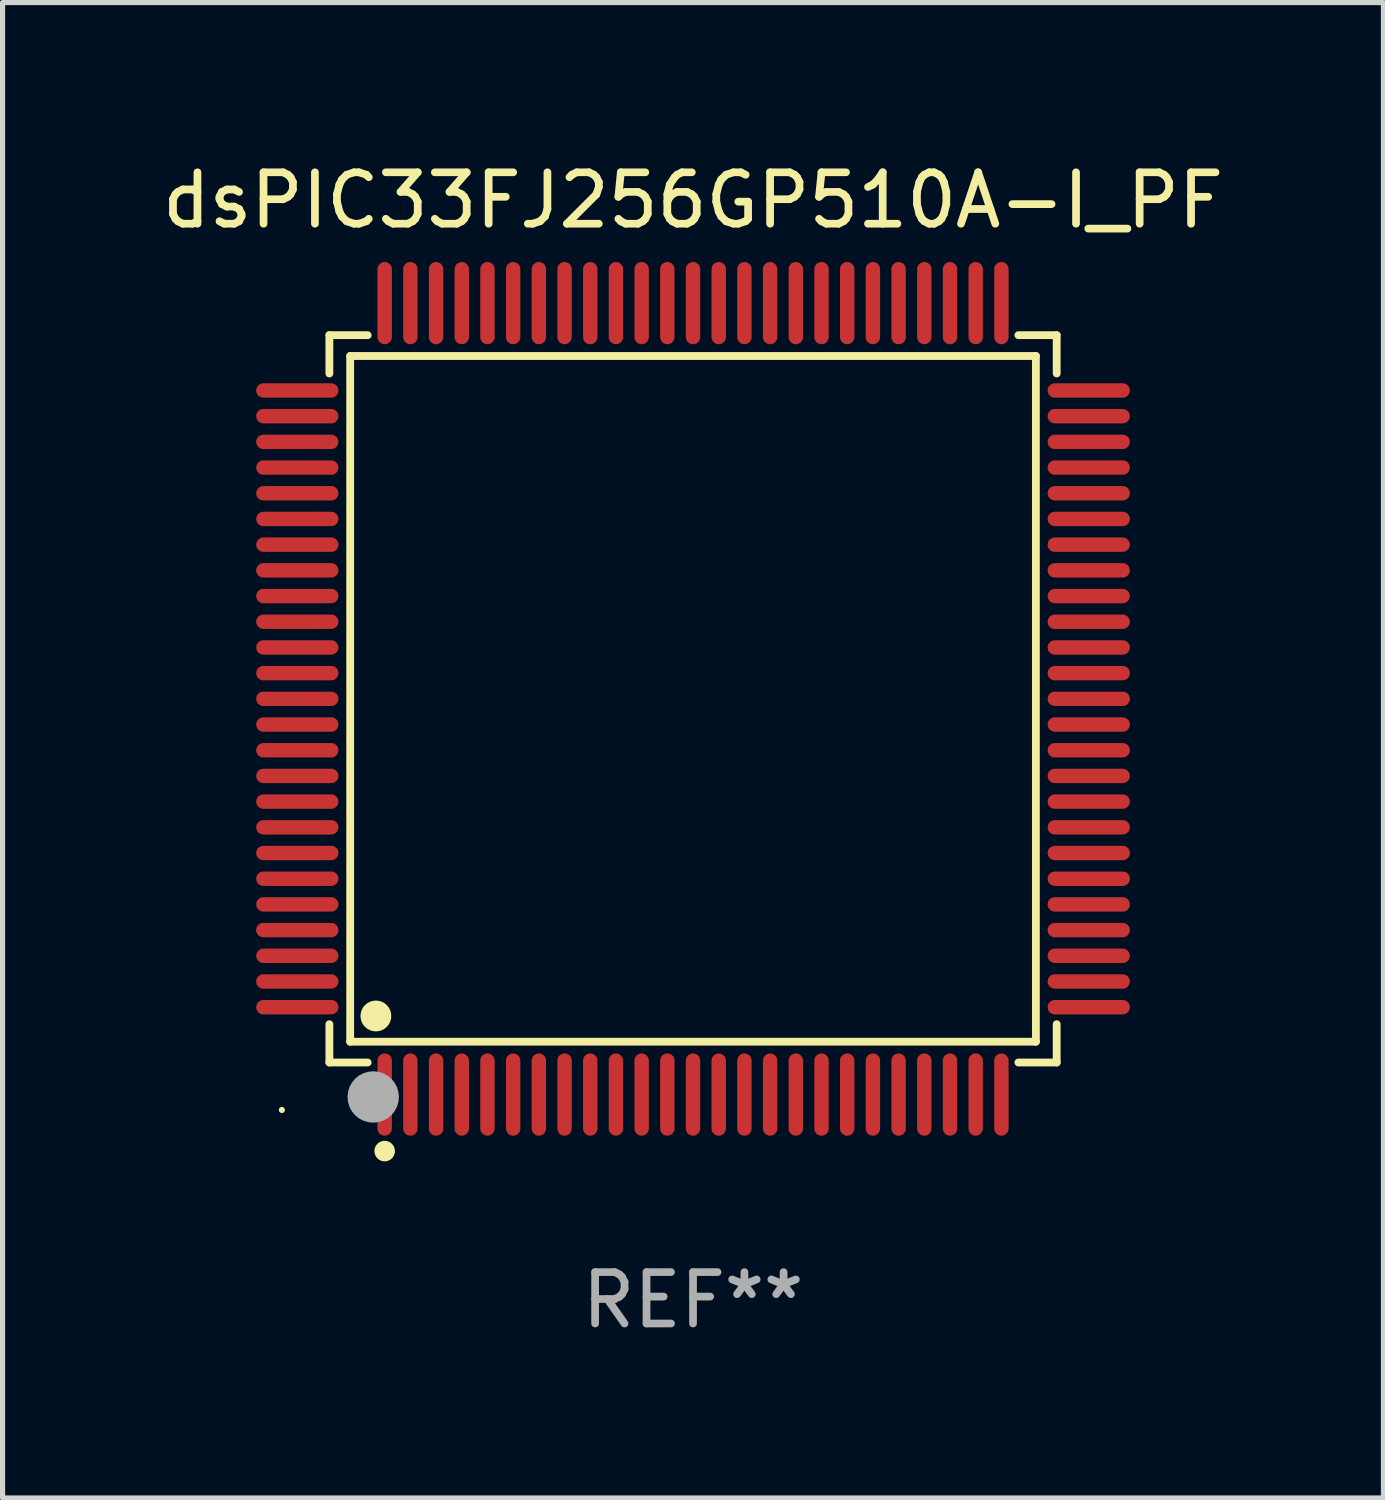
<source format=kicad_pcb>
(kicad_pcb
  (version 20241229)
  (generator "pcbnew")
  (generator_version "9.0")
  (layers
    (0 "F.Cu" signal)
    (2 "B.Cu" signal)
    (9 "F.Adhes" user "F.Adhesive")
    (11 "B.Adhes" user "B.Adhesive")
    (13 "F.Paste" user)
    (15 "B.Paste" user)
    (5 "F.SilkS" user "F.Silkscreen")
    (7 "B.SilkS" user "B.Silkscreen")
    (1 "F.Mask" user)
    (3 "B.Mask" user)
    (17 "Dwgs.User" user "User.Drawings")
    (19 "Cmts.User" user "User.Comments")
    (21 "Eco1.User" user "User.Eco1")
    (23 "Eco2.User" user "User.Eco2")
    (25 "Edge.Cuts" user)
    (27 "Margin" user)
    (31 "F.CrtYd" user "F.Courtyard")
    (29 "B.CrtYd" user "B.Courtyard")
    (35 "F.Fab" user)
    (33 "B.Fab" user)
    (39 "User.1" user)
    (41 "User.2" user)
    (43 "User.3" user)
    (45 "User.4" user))
  (footprint "dsPIC33FJ256GP510A-I_PF"
    (layer "F.Cu")
    (at 10.435 10.548)
    (property "Reference" "dsPIC33FJ256GP510A-I_PF" (at 0 -9.7 0) (layer "F.SilkS") (effects (font (size 1 1) (thickness 0.15))))
    (attr through_hole)
    (fp_line (start -7.076 -7.076) (end -6.331 -7.076) (stroke (width 0.152) (type solid)) (layer "F.SilkS"))
    (fp_line (start -7.076 -6.331) (end -7.076 -7.076) (stroke (width 0.152) (type solid)) (layer "F.SilkS"))
    (fp_line (start -7.076 6.331) (end -7.076 7.076) (stroke (width 0.152) (type solid)) (layer "F.SilkS"))
    (fp_line (start -7.076 7.076) (end -6.331 7.076) (stroke (width 0.152) (type solid)) (layer "F.SilkS"))
    (fp_line (start -6.671 -6.671) (end 6.671 -6.671) (stroke (width 0.152) (type solid)) (layer "F.SilkS"))
    (fp_line (start -6.671 6.671) (end -6.671 -6.671) (stroke (width 0.152) (type solid)) (layer "F.SilkS"))
    (fp_line (start 6.671 -6.671) (end 6.671 6.671) (stroke (width 0.152) (type solid)) (layer "F.SilkS"))
    (fp_line (start 6.671 6.671) (end -6.671 6.671) (stroke (width 0.152) (type solid)) (layer "F.SilkS"))
    (fp_line (start 7.076 -7.076) (end 6.331 -7.076) (stroke (width 0.152) (type solid)) (layer "F.SilkS"))
    (fp_line (start 7.076 -6.331) (end 7.076 -7.076) (stroke (width 0.152) (type solid)) (layer "F.SilkS"))
    (fp_line (start 7.076 6.331) (end 7.076 7.076) (stroke (width 0.152) (type solid)) (layer "F.SilkS"))
    (fp_line (start 7.076 7.076) (end 6.331 7.076) (stroke (width 0.152) (type solid)) (layer "F.SilkS"))
    (fp_circle (center -8 8) (end -7.97 8) (stroke (width 0.06) (type solid)) (fill no) (layer "F.SilkS"))
    (fp_circle (center -6.171 6.171) (end -6.021 6.171) (stroke (width 0.3) (type solid)) (fill no) (layer "F.SilkS"))
    (fp_circle (center -6 8.8) (end -5.9 8.8) (stroke (width 0.2) (type solid)) (fill no) (layer "F.SilkS"))
    (fp_circle (center -6.223 7.747) (end -5.973 7.747) (stroke (width 0.5) (type solid)) (fill no) (layer "F.Fab"))
    (fp_text user "REF**" (at 0 11.7 0) (layer "F.Fab") (effects (font (size 1 1) (thickness 0.15))))
    (pad "1" smd oval (at -6 7.7) (size 0.28 1.6) (layers "F.Cu" "F.Mask" "F.Paste"))
    (pad "2" smd oval (at -5.5 7.7) (size 0.28 1.6) (layers "F.Cu" "F.Mask" "F.Paste"))
    (pad "3" smd oval (at -5 7.7) (size 0.28 1.6) (layers "F.Cu" "F.Mask" "F.Paste"))
    (pad "4" smd oval (at -4.5 7.7) (size 0.28 1.6) (layers "F.Cu" "F.Mask" "F.Paste"))
    (pad "5" smd oval (at -4 7.7) (size 0.28 1.6) (layers "F.Cu" "F.Mask" "F.Paste"))
    (pad "6" smd oval (at -3.5 7.7) (size 0.28 1.6) (layers "F.Cu" "F.Mask" "F.Paste"))
    (pad "7" smd oval (at -3 7.7) (size 0.28 1.6) (layers "F.Cu" "F.Mask" "F.Paste"))
    (pad "8" smd oval (at -2.5 7.7) (size 0.28 1.6) (layers "F.Cu" "F.Mask" "F.Paste"))
    (pad "9" smd oval (at -2 7.7) (size 0.28 1.6) (layers "F.Cu" "F.Mask" "F.Paste"))
    (pad "10" smd oval (at -1.5 7.7) (size 0.28 1.6) (layers "F.Cu" "F.Mask" "F.Paste"))
    (pad "11" smd oval (at -1 7.7) (size 0.28 1.6) (layers "F.Cu" "F.Mask" "F.Paste"))
    (pad "12" smd oval (at -0.5 7.7) (size 0.28 1.6) (layers "F.Cu" "F.Mask" "F.Paste"))
    (pad "13" smd oval (at 0 7.7) (size 0.28 1.6) (layers "F.Cu" "F.Mask" "F.Paste"))
    (pad "14" smd oval (at 0.5 7.7) (size 0.28 1.6) (layers "F.Cu" "F.Mask" "F.Paste"))
    (pad "15" smd oval (at 1 7.7) (size 0.28 1.6) (layers "F.Cu" "F.Mask" "F.Paste"))
    (pad "16" smd oval (at 1.5 7.7) (size 0.28 1.6) (layers "F.Cu" "F.Mask" "F.Paste"))
    (pad "17" smd oval (at 2 7.7) (size 0.28 1.6) (layers "F.Cu" "F.Mask" "F.Paste"))
    (pad "18" smd oval (at 2.5 7.7) (size 0.28 1.6) (layers "F.Cu" "F.Mask" "F.Paste"))
    (pad "19" smd oval (at 3 7.7) (size 0.28 1.6) (layers "F.Cu" "F.Mask" "F.Paste"))
    (pad "20" smd oval (at 3.5 7.7) (size 0.28 1.6) (layers "F.Cu" "F.Mask" "F.Paste"))
    (pad "21" smd oval (at 4 7.7) (size 0.28 1.6) (layers "F.Cu" "F.Mask" "F.Paste"))
    (pad "22" smd oval (at 4.5 7.7) (size 0.28 1.6) (layers "F.Cu" "F.Mask" "F.Paste"))
    (pad "23" smd oval (at 5 7.7) (size 0.28 1.6) (layers "F.Cu" "F.Mask" "F.Paste"))
    (pad "24" smd oval (at 5.5 7.7) (size 0.28 1.6) (layers "F.Cu" "F.Mask" "F.Paste"))
    (pad "25" smd oval (at 6 7.7) (size 0.28 1.6) (layers "F.Cu" "F.Mask" "F.Paste"))
    (pad "26" smd oval (at 7.7 6) (size 1.6 0.28) (layers "F.Cu" "F.Mask" "F.Paste"))
    (pad "27" smd oval (at 7.7 5.5) (size 1.6 0.28) (layers "F.Cu" "F.Mask" "F.Paste"))
    (pad "28" smd oval (at 7.7 5) (size 1.6 0.28) (layers "F.Cu" "F.Mask" "F.Paste"))
    (pad "29" smd oval (at 7.7 4.5) (size 1.6 0.28) (layers "F.Cu" "F.Mask" "F.Paste"))
    (pad "30" smd oval (at 7.7 4) (size 1.6 0.28) (layers "F.Cu" "F.Mask" "F.Paste"))
    (pad "31" smd oval (at 7.7 3.5) (size 1.6 0.28) (layers "F.Cu" "F.Mask" "F.Paste"))
    (pad "32" smd oval (at 7.7 3) (size 1.6 0.28) (layers "F.Cu" "F.Mask" "F.Paste"))
    (pad "33" smd oval (at 7.7 2.5) (size 1.6 0.28) (layers "F.Cu" "F.Mask" "F.Paste"))
    (pad "34" smd oval (at 7.7 2) (size 1.6 0.28) (layers "F.Cu" "F.Mask" "F.Paste"))
    (pad "35" smd oval (at 7.7 1.5) (size 1.6 0.28) (layers "F.Cu" "F.Mask" "F.Paste"))
    (pad "36" smd oval (at 7.7 1) (size 1.6 0.28) (layers "F.Cu" "F.Mask" "F.Paste"))
    (pad "37" smd oval (at 7.7 0.5) (size 1.6 0.28) (layers "F.Cu" "F.Mask" "F.Paste"))
    (pad "38" smd oval (at 7.7 0) (size 1.6 0.28) (layers "F.Cu" "F.Mask" "F.Paste"))
    (pad "39" smd oval (at 7.7 -0.5) (size 1.6 0.28) (layers "F.Cu" "F.Mask" "F.Paste"))
    (pad "40" smd oval (at 7.7 -1) (size 1.6 0.28) (layers "F.Cu" "F.Mask" "F.Paste"))
    (pad "41" smd oval (at 7.7 -1.5) (size 1.6 0.28) (layers "F.Cu" "F.Mask" "F.Paste"))
    (pad "42" smd oval (at 7.7 -2) (size 1.6 0.28) (layers "F.Cu" "F.Mask" "F.Paste"))
    (pad "43" smd oval (at 7.7 -2.5) (size 1.6 0.28) (layers "F.Cu" "F.Mask" "F.Paste"))
    (pad "44" smd oval (at 7.7 -3) (size 1.6 0.28) (layers "F.Cu" "F.Mask" "F.Paste"))
    (pad "45" smd oval (at 7.7 -3.5) (size 1.6 0.28) (layers "F.Cu" "F.Mask" "F.Paste"))
    (pad "46" smd oval (at 7.7 -4) (size 1.6 0.28) (layers "F.Cu" "F.Mask" "F.Paste"))
    (pad "47" smd oval (at 7.7 -4.5) (size 1.6 0.28) (layers "F.Cu" "F.Mask" "F.Paste"))
    (pad "48" smd oval (at 7.7 -5) (size 1.6 0.28) (layers "F.Cu" "F.Mask" "F.Paste"))
    (pad "49" smd oval (at 7.7 -5.5) (size 1.6 0.28) (layers "F.Cu" "F.Mask" "F.Paste"))
    (pad "50" smd oval (at 7.7 -6) (size 1.6 0.28) (layers "F.Cu" "F.Mask" "F.Paste"))
    (pad "51" smd oval (at 6 -7.7) (size 0.28 1.6) (layers "F.Cu" "F.Mask" "F.Paste"))
    (pad "52" smd oval (at 5.5 -7.7) (size 0.28 1.6) (layers "F.Cu" "F.Mask" "F.Paste"))
    (pad "53" smd oval (at 5 -7.7) (size 0.28 1.6) (layers "F.Cu" "F.Mask" "F.Paste"))
    (pad "54" smd oval (at 4.5 -7.7) (size 0.28 1.6) (layers "F.Cu" "F.Mask" "F.Paste"))
    (pad "55" smd oval (at 4 -7.7) (size 0.28 1.6) (layers "F.Cu" "F.Mask" "F.Paste"))
    (pad "56" smd oval (at 3.5 -7.7) (size 0.28 1.6) (layers "F.Cu" "F.Mask" "F.Paste"))
    (pad "57" smd oval (at 3 -7.7) (size 0.28 1.6) (layers "F.Cu" "F.Mask" "F.Paste"))
    (pad "58" smd oval (at 2.5 -7.7) (size 0.28 1.6) (layers "F.Cu" "F.Mask" "F.Paste"))
    (pad "59" smd oval (at 2 -7.7) (size 0.28 1.6) (layers "F.Cu" "F.Mask" "F.Paste"))
    (pad "60" smd oval (at 1.5 -7.7) (size 0.28 1.6) (layers "F.Cu" "F.Mask" "F.Paste"))
    (pad "61" smd oval (at 1 -7.7) (size 0.28 1.6) (layers "F.Cu" "F.Mask" "F.Paste"))
    (pad "62" smd oval (at 0.5 -7.7) (size 0.28 1.6) (layers "F.Cu" "F.Mask" "F.Paste"))
    (pad "63" smd oval (at 0 -7.7) (size 0.28 1.6) (layers "F.Cu" "F.Mask" "F.Paste"))
    (pad "64" smd oval (at -0.5 -7.7) (size 0.28 1.6) (layers "F.Cu" "F.Mask" "F.Paste"))
    (pad "65" smd oval (at -1 -7.7) (size 0.28 1.6) (layers "F.Cu" "F.Mask" "F.Paste"))
    (pad "66" smd oval (at -1.5 -7.7) (size 0.28 1.6) (layers "F.Cu" "F.Mask" "F.Paste"))
    (pad "67" smd oval (at -2 -7.7) (size 0.28 1.6) (layers "F.Cu" "F.Mask" "F.Paste"))
    (pad "68" smd oval (at -2.5 -7.7) (size 0.28 1.6) (layers "F.Cu" "F.Mask" "F.Paste"))
    (pad "69" smd oval (at -3 -7.7) (size 0.28 1.6) (layers "F.Cu" "F.Mask" "F.Paste"))
    (pad "70" smd oval (at -3.5 -7.7) (size 0.28 1.6) (layers "F.Cu" "F.Mask" "F.Paste"))
    (pad "71" smd oval (at -4 -7.7) (size 0.28 1.6) (layers "F.Cu" "F.Mask" "F.Paste"))
    (pad "72" smd oval (at -4.5 -7.7) (size 0.28 1.6) (layers "F.Cu" "F.Mask" "F.Paste"))
    (pad "73" smd oval (at -5 -7.7) (size 0.28 1.6) (layers "F.Cu" "F.Mask" "F.Paste"))
    (pad "74" smd oval (at -5.5 -7.7) (size 0.28 1.6) (layers "F.Cu" "F.Mask" "F.Paste"))
    (pad "75" smd oval (at -6 -7.7) (size 0.28 1.6) (layers "F.Cu" "F.Mask" "F.Paste"))
    (pad "76" smd oval (at -7.7 -6) (size 1.6 0.28) (layers "F.Cu" "F.Mask" "F.Paste"))
    (pad "77" smd oval (at -7.7 -5.5) (size 1.6 0.28) (layers "F.Cu" "F.Mask" "F.Paste"))
    (pad "78" smd oval (at -7.7 -5) (size 1.6 0.28) (layers "F.Cu" "F.Mask" "F.Paste"))
    (pad "79" smd oval (at -7.7 -4.5) (size 1.6 0.28) (layers "F.Cu" "F.Mask" "F.Paste"))
    (pad "80" smd oval (at -7.7 -4) (size 1.6 0.28) (layers "F.Cu" "F.Mask" "F.Paste"))
    (pad "81" smd oval (at -7.7 -3.5) (size 1.6 0.28) (layers "F.Cu" "F.Mask" "F.Paste"))
    (pad "82" smd oval (at -7.7 -3) (size 1.6 0.28) (layers "F.Cu" "F.Mask" "F.Paste"))
    (pad "83" smd oval (at -7.7 -2.5) (size 1.6 0.28) (layers "F.Cu" "F.Mask" "F.Paste"))
    (pad "84" smd oval (at -7.7 -2) (size 1.6 0.28) (layers "F.Cu" "F.Mask" "F.Paste"))
    (pad "85" smd oval (at -7.7 -1.5) (size 1.6 0.28) (layers "F.Cu" "F.Mask" "F.Paste"))
    (pad "86" smd oval (at -7.7 -1) (size 1.6 0.28) (layers "F.Cu" "F.Mask" "F.Paste"))
    (pad "87" smd oval (at -7.7 -0.5) (size 1.6 0.28) (layers "F.Cu" "F.Mask" "F.Paste"))
    (pad "88" smd oval (at -7.7 0) (size 1.6 0.28) (layers "F.Cu" "F.Mask" "F.Paste"))
    (pad "89" smd oval (at -7.7 0.5) (size 1.6 0.28) (layers "F.Cu" "F.Mask" "F.Paste"))
    (pad "90" smd oval (at -7.7 1) (size 1.6 0.28) (layers "F.Cu" "F.Mask" "F.Paste"))
    (pad "91" smd oval (at -7.7 1.5) (size 1.6 0.28) (layers "F.Cu" "F.Mask" "F.Paste"))
    (pad "92" smd oval (at -7.7 2) (size 1.6 0.28) (layers "F.Cu" "F.Mask" "F.Paste"))
    (pad "93" smd oval (at -7.7 2.5) (size 1.6 0.28) (layers "F.Cu" "F.Mask" "F.Paste"))
    (pad "94" smd oval (at -7.7 3) (size 1.6 0.28) (layers "F.Cu" "F.Mask" "F.Paste"))
    (pad "95" smd oval (at -7.7 3.5) (size 1.6 0.28) (layers "F.Cu" "F.Mask" "F.Paste"))
    (pad "96" smd oval (at -7.7 4) (size 1.6 0.28) (layers "F.Cu" "F.Mask" "F.Paste"))
    (pad "97" smd oval (at -7.7 4.5) (size 1.6 0.28) (layers "F.Cu" "F.Mask" "F.Paste"))
    (pad "98" smd oval (at -7.7 5) (size 1.6 0.28) (layers "F.Cu" "F.Mask" "F.Paste"))
    (pad "99" smd oval (at -7.7 5.5) (size 1.6 0.28) (layers "F.Cu" "F.Mask" "F.Paste"))
    (pad "100" smd oval (at -7.7 6) (size 1.6 0.28) (layers "F.Cu" "F.Mask" "F.Paste")))
  (gr_rect
    (start -3 -3)
    (end 23.869 26.097)
    (stroke (width 0.1) (type default))
    (fill no)
    (layer "Edge.Cuts")))
</source>
